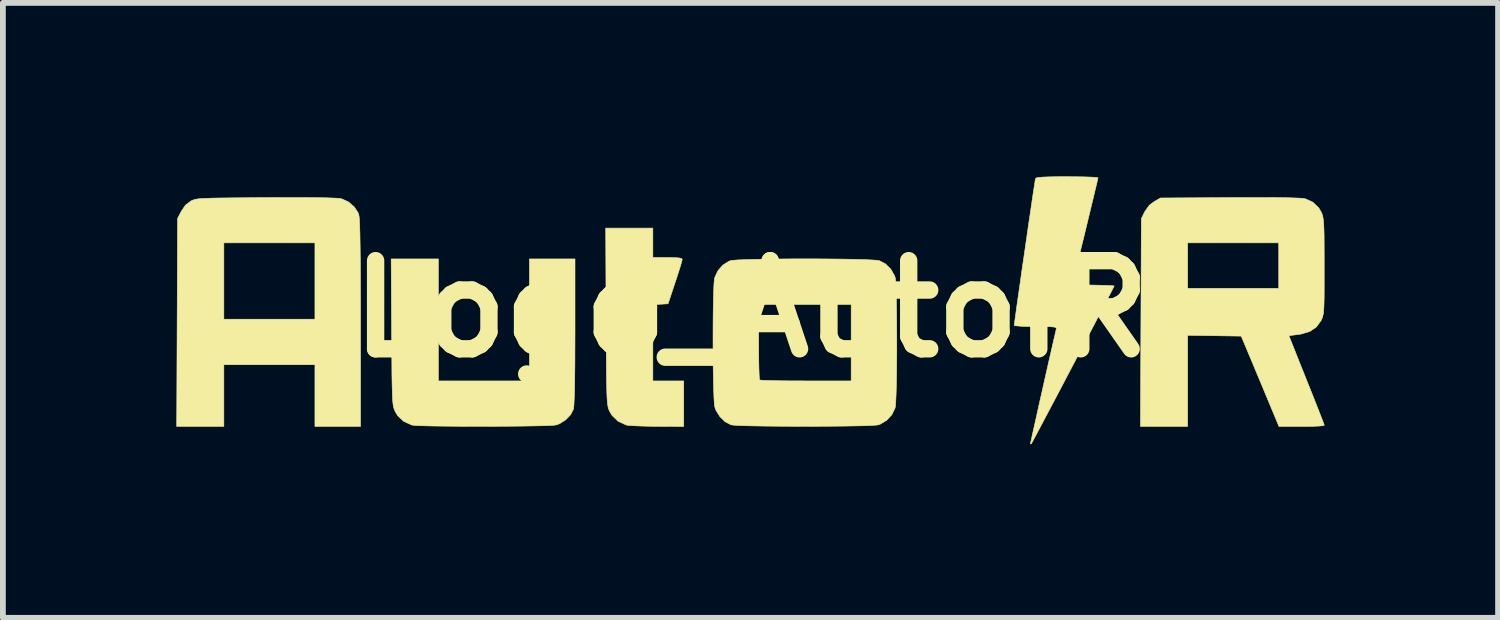
<source format=kicad_pcb>
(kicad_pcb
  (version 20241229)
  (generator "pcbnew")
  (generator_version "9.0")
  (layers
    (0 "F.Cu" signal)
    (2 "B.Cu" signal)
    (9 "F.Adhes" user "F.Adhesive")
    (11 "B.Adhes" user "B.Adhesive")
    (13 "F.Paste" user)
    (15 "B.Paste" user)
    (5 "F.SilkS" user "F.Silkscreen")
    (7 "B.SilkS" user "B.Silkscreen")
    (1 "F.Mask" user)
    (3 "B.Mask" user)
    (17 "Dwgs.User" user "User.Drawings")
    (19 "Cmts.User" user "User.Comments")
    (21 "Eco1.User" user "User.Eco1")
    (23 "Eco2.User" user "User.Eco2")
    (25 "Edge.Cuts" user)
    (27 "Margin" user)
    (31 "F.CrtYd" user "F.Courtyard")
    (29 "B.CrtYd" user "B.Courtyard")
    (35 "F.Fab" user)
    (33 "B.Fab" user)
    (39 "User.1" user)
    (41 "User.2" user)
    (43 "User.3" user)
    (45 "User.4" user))
  (footprint "Logo_AutoIR"
    (layer "F.Cu")
    (at 9.939 2.291)
    (property "Reference" "Logo_AutoIR" (at 0 0 0) (layer "F.SilkS") (effects (font (size 1.524 1.524) (thickness 0.3))))
    (attr through_hole)
    (fp_poly (pts (xy -1.702 -0.889) (xy -1.448 -0.889) (xy -1.324 -0.887) (xy -1.245 -0.881) (xy -1.204 -0.87) (xy -1.194 -0.857) (xy -1.202 -0.822) (xy -1.223 -0.749) (xy -1.255 -0.646) (xy -1.295 -0.523) (xy -1.317 -0.457) (xy -1.439 -0.089) (xy -1.702 -0.074) (xy -1.702 1.245) (xy -1.168 1.245) (xy -1.168 2.032) (xy -1.632 2.03) (xy -1.785 2.028) (xy -1.924 2.024) (xy -2.041 2.019) (xy -2.124 2.013) (xy -2.163 2.007) (xy -2.303 1.942) (xy -2.406 1.843) (xy -2.445 1.779) (xy -2.457 1.754) (xy -2.467 1.729) (xy -2.475 1.7) (xy -2.482 1.661) (xy -2.488 1.611) (xy -2.493 1.543) (xy -2.497 1.455) (xy -2.5 1.342) (xy -2.502 1.2) (xy -2.504 1.025) (xy -2.506 0.813) (xy -2.507 0.56) (xy -2.509 0.261) (xy -2.51 0.133) (xy -2.517 -1.397) (xy -1.702 -1.397) (xy -1.702 -0.889)) (stroke (width 0.01) (type solid)) (fill yes) (layer "F.SilkS"))
    (fp_poly (pts (xy -7.766 -1.926) (xy -7.528 -1.924) (xy -7.34 -1.921) (xy -7.203 -1.916) (xy -7.115 -1.91) (xy -7.085 -1.905) (xy -6.966 -1.851) (xy -6.865 -1.765) (xy -6.797 -1.661) (xy -6.786 -1.63) (xy -6.78 -1.592) (xy -6.774 -1.523) (xy -6.77 -1.419) (xy -6.766 -1.279) (xy -6.763 -1.101) (xy -6.76 -0.882) (xy -6.758 -0.62) (xy -6.757 -0.313) (xy -6.756 0.042) (xy -6.756 0.251) (xy -6.756 2.032) (xy -7.544 2.032) (xy -7.544 0.965) (xy -9.119 0.965) (xy -9.119 2.032) (xy -9.934 2.032) (xy -9.92 -1.143) (xy -9.119 -1.143) (xy -9.119 0.178) (xy -7.544 0.178) (xy -7.544 -1.143) (xy -9.119 -1.143) (xy -9.92 -1.143) (xy -9.919 -1.564) (xy -9.855 -1.687) (xy -9.783 -1.794) (xy -9.691 -1.864) (xy -9.69 -1.865) (xy -9.665 -1.877) (xy -9.638 -1.887) (xy -9.604 -1.896) (xy -9.558 -1.903) (xy -9.497 -1.908) (xy -9.415 -1.912) (xy -9.308 -1.916) (xy -9.171 -1.918) (xy -8.999 -1.92) (xy -8.788 -1.922) (xy -8.533 -1.924) (xy -8.387 -1.925) (xy -8.052 -1.926) (xy -7.766 -1.926)) (stroke (width 0.01) (type solid)) (fill yes) (layer "F.SilkS"))
    (fp_poly (pts (xy -5.41 1.245) (xy -3.835 1.245) (xy -3.835 -0.864) (xy -3.048 -0.864) (xy -3.048 0.387) (xy -3.049 0.687) (xy -3.05 0.955) (xy -3.053 1.189) (xy -3.056 1.386) (xy -3.061 1.542) (xy -3.066 1.654) (xy -3.072 1.72) (xy -3.074 1.731) (xy -3.124 1.829) (xy -3.209 1.917) (xy -3.314 1.984) (xy -3.371 2.005) (xy -3.417 2.011) (xy -3.506 2.015) (xy -3.634 2.02) (xy -3.793 2.023) (xy -3.978 2.026) (xy -4.181 2.028) (xy -4.398 2.029) (xy -4.62 2.03) (xy -4.843 2.03) (xy -5.059 2.029) (xy -5.263 2.027) (xy -5.447 2.025) (xy -5.607 2.022) (xy -5.735 2.018) (xy -5.825 2.013) (xy -5.871 2.007) (xy -5.871 2.007) (xy -6.012 1.942) (xy -6.115 1.843) (xy -6.154 1.779) (xy -6.166 1.752) (xy -6.177 1.724) (xy -6.186 1.691) (xy -6.193 1.649) (xy -6.199 1.592) (xy -6.204 1.517) (xy -6.207 1.418) (xy -6.21 1.292) (xy -6.213 1.133) (xy -6.214 0.937) (xy -6.216 0.7) (xy -6.218 0.417) (xy -6.218 0.4) (xy -6.226 -0.864) (xy -5.41 -0.864) (xy -5.41 1.245)) (stroke (width 0.01) (type solid)) (fill yes) (layer "F.SilkS"))
    (fp_poly (pts (xy 8.871 -1.926) (xy 9.104 -1.925) (xy 9.294 -1.922) (xy 9.436 -1.917) (xy 9.531 -1.912) (xy 9.573 -1.906) (xy 9.708 -1.846) (xy 9.811 -1.747) (xy 9.858 -1.666) (xy 9.871 -1.633) (xy 9.881 -1.595) (xy 9.889 -1.547) (xy 9.895 -1.481) (xy 9.9 -1.393) (xy 9.903 -1.276) (xy 9.904 -1.125) (xy 9.905 -0.934) (xy 9.905 -0.736) (xy 9.905 -0.509) (xy 9.905 -0.327) (xy 9.904 -0.183) (xy 9.901 -0.074) (xy 9.897 0.009) (xy 9.892 0.07) (xy 9.883 0.115) (xy 9.873 0.151) (xy 9.859 0.183) (xy 9.849 0.204) (xy 9.769 0.313) (xy 9.655 0.39) (xy 9.503 0.435) (xy 9.446 0.443) (xy 9.367 0.453) (xy 9.312 0.461) (xy 9.296 0.466) (xy 9.305 0.49) (xy 9.331 0.555) (xy 9.372 0.657) (xy 9.424 0.789) (xy 9.486 0.945) (xy 9.557 1.121) (xy 9.601 1.232) (xy 9.675 1.417) (xy 9.743 1.587) (xy 9.801 1.736) (xy 9.849 1.859) (xy 9.884 1.949) (xy 9.903 2.002) (xy 9.906 2.012) (xy 9.882 2.019) (xy 9.816 2.025) (xy 9.716 2.029) (xy 9.592 2.032) (xy 9.515 2.032) (xy 9.123 2.032) (xy 9 1.736) (xy 8.95 1.616) (xy 8.886 1.463) (xy 8.814 1.29) (xy 8.739 1.112) (xy 8.674 0.955) (xy 8.47 0.47) (xy 7.544 0.456) (xy 7.544 2.032) (xy 6.729 2.032) (xy 6.742 -1.143) (xy 7.544 -1.143) (xy 7.544 -0.356) (xy 9.119 -0.356) (xy 9.119 -1.143) (xy 7.544 -1.143) (xy 6.742 -1.143) (xy 6.744 -1.562) (xy 6.801 -1.678) (xy 6.88 -1.791) (xy 6.966 -1.856) (xy 7.074 -1.918) (xy 8.274 -1.925) (xy 8.593 -1.926) (xy 8.871 -1.926)) (stroke (width 0.01) (type solid)) (fill yes) (layer "F.SilkS"))
    (fp_poly (pts (xy 5.619 -2.285) (xy 5.758 -2.283) (xy 5.872 -2.279) (xy 5.952 -2.274) (xy 5.991 -2.269) (xy 5.994 -2.267) (xy 5.988 -2.239) (xy 5.972 -2.167) (xy 5.945 -2.057) (xy 5.911 -1.914) (xy 5.87 -1.744) (xy 5.824 -1.553) (xy 5.774 -1.346) (xy 5.771 -1.333) (xy 5.548 -0.419) (xy 5.911 -0.412) (xy 6.04 -0.409) (xy 6.149 -0.406) (xy 6.229 -0.402) (xy 6.27 -0.398) (xy 6.274 -0.397) (xy 6.262 -0.373) (xy 6.23 -0.309) (xy 6.178 -0.209) (xy 6.111 -0.079) (xy 6.029 0.077) (xy 5.937 0.254) (xy 5.835 0.448) (xy 5.727 0.654) (xy 5.616 0.866) (xy 5.503 1.081) (xy 5.392 1.293) (xy 5.284 1.498) (xy 5.182 1.691) (xy 5.089 1.867) (xy 5.007 2.021) (xy 4.939 2.15) (xy 4.887 2.247) (xy 4.854 2.309) (xy 4.842 2.33) (xy 4.826 2.335) (xy 4.826 2.332) (xy 4.831 2.305) (xy 4.847 2.235) (xy 4.87 2.128) (xy 4.901 1.991) (xy 4.937 1.83) (xy 4.976 1.652) (xy 5.019 1.464) (xy 5.062 1.271) (xy 5.105 1.081) (xy 5.146 0.899) (xy 5.184 0.733) (xy 5.217 0.589) (xy 5.244 0.473) (xy 5.263 0.391) (xy 5.272 0.351) (xy 5.273 0.349) (xy 5.275 0.332) (xy 5.262 0.32) (xy 5.229 0.312) (xy 5.167 0.307) (xy 5.069 0.305) (xy 4.929 0.305) (xy 4.917 0.305) (xy 4.786 0.303) (xy 4.676 0.3) (xy 4.595 0.294) (xy 4.551 0.288) (xy 4.547 0.284) (xy 4.55 0.252) (xy 4.56 0.176) (xy 4.576 0.061) (xy 4.596 -0.085) (xy 4.621 -0.258) (xy 4.649 -0.452) (xy 4.678 -0.66) (xy 4.71 -0.877) (xy 4.742 -1.097) (xy 4.773 -1.314) (xy 4.803 -1.522) (xy 4.832 -1.715) (xy 4.857 -1.888) (xy 4.879 -2.034) (xy 4.897 -2.148) (xy 4.908 -2.223) (xy 4.914 -2.254) (xy 4.914 -2.254) (xy 4.931 -2.266) (xy 4.977 -2.274) (xy 5.055 -2.28) (xy 5.171 -2.284) (xy 5.33 -2.286) (xy 5.46 -2.286) (xy 5.619 -2.285)) (stroke (width 0.01) (type solid)) (fill yes) (layer "F.SilkS"))
    (fp_poly (pts (xy 1.16 -0.865) (xy 1.381 -0.863) (xy 1.589 -0.861) (xy 1.779 -0.857) (xy 1.942 -0.853) (xy 2.074 -0.847) (xy 2.167 -0.841) (xy 2.214 -0.834) (xy 2.321 -0.778) (xy 2.413 -0.686) (xy 2.477 -0.573) (xy 2.488 -0.54) (xy 2.495 -0.489) (xy 2.501 -0.394) (xy 2.506 -0.262) (xy 2.509 -0.099) (xy 2.512 0.087) (xy 2.514 0.289) (xy 2.515 0.501) (xy 2.515 0.716) (xy 2.513 0.926) (xy 2.511 1.125) (xy 2.508 1.307) (xy 2.504 1.464) (xy 2.498 1.589) (xy 2.492 1.676) (xy 2.486 1.713) (xy 2.431 1.828) (xy 2.34 1.926) (xy 2.228 1.993) (xy 2.196 2.004) (xy 2.148 2.01) (xy 2.056 2.015) (xy 1.926 2.02) (xy 1.764 2.023) (xy 1.577 2.026) (xy 1.371 2.028) (xy 1.152 2.029) (xy 0.926 2.03) (xy 0.701 2.029) (xy 0.482 2.028) (xy 0.275 2.026) (xy 0.087 2.023) (xy -0.075 2.02) (xy -0.206 2.015) (xy -0.299 2.01) (xy -0.348 2.004) (xy -0.349 2.004) (xy -0.452 1.951) (xy -0.543 1.862) (xy -0.611 1.753) (xy -0.631 1.693) (xy -0.639 1.638) (xy -0.645 1.54) (xy -0.65 1.404) (xy -0.654 1.24) (xy -0.658 1.052) (xy -0.66 0.849) (xy -0.661 0.637) (xy -0.661 0.423) (xy -0.66 0.214) (xy -0.658 0.017) (xy -0.656 -0.076) (xy 0.127 -0.076) (xy 0.127 0.567) (xy 0.128 0.743) (xy 0.129 0.902) (xy 0.132 1.037) (xy 0.136 1.141) (xy 0.14 1.207) (xy 0.144 1.228) (xy 0.173 1.232) (xy 0.246 1.236) (xy 0.357 1.239) (xy 0.5 1.242) (xy 0.669 1.244) (xy 0.858 1.244) (xy 0.944 1.245) (xy 1.727 1.245) (xy 1.727 -0.076) (xy 0.127 -0.076) (xy -0.656 -0.076) (xy -0.654 -0.161) (xy -0.65 -0.314) (xy -0.645 -0.434) (xy -0.638 -0.514) (xy -0.633 -0.54) (xy -0.579 -0.657) (xy -0.494 -0.756) (xy -0.389 -0.823) (xy -0.36 -0.834) (xy -0.31 -0.841) (xy -0.215 -0.848) (xy -0.081 -0.853) (xy 0.083 -0.857) (xy 0.273 -0.861) (xy 0.483 -0.863) (xy 0.704 -0.865) (xy 0.932 -0.865) (xy 1.16 -0.865)) (stroke (width 0.01) (type solid)) (fill yes) (layer "F.SilkS")))
  (gr_rect
    (start -3 -3)
    (end 22.85 7.631)
    (stroke (width 0.1) (type default))
    (fill no)
    (layer "Edge.Cuts")))
</source>
